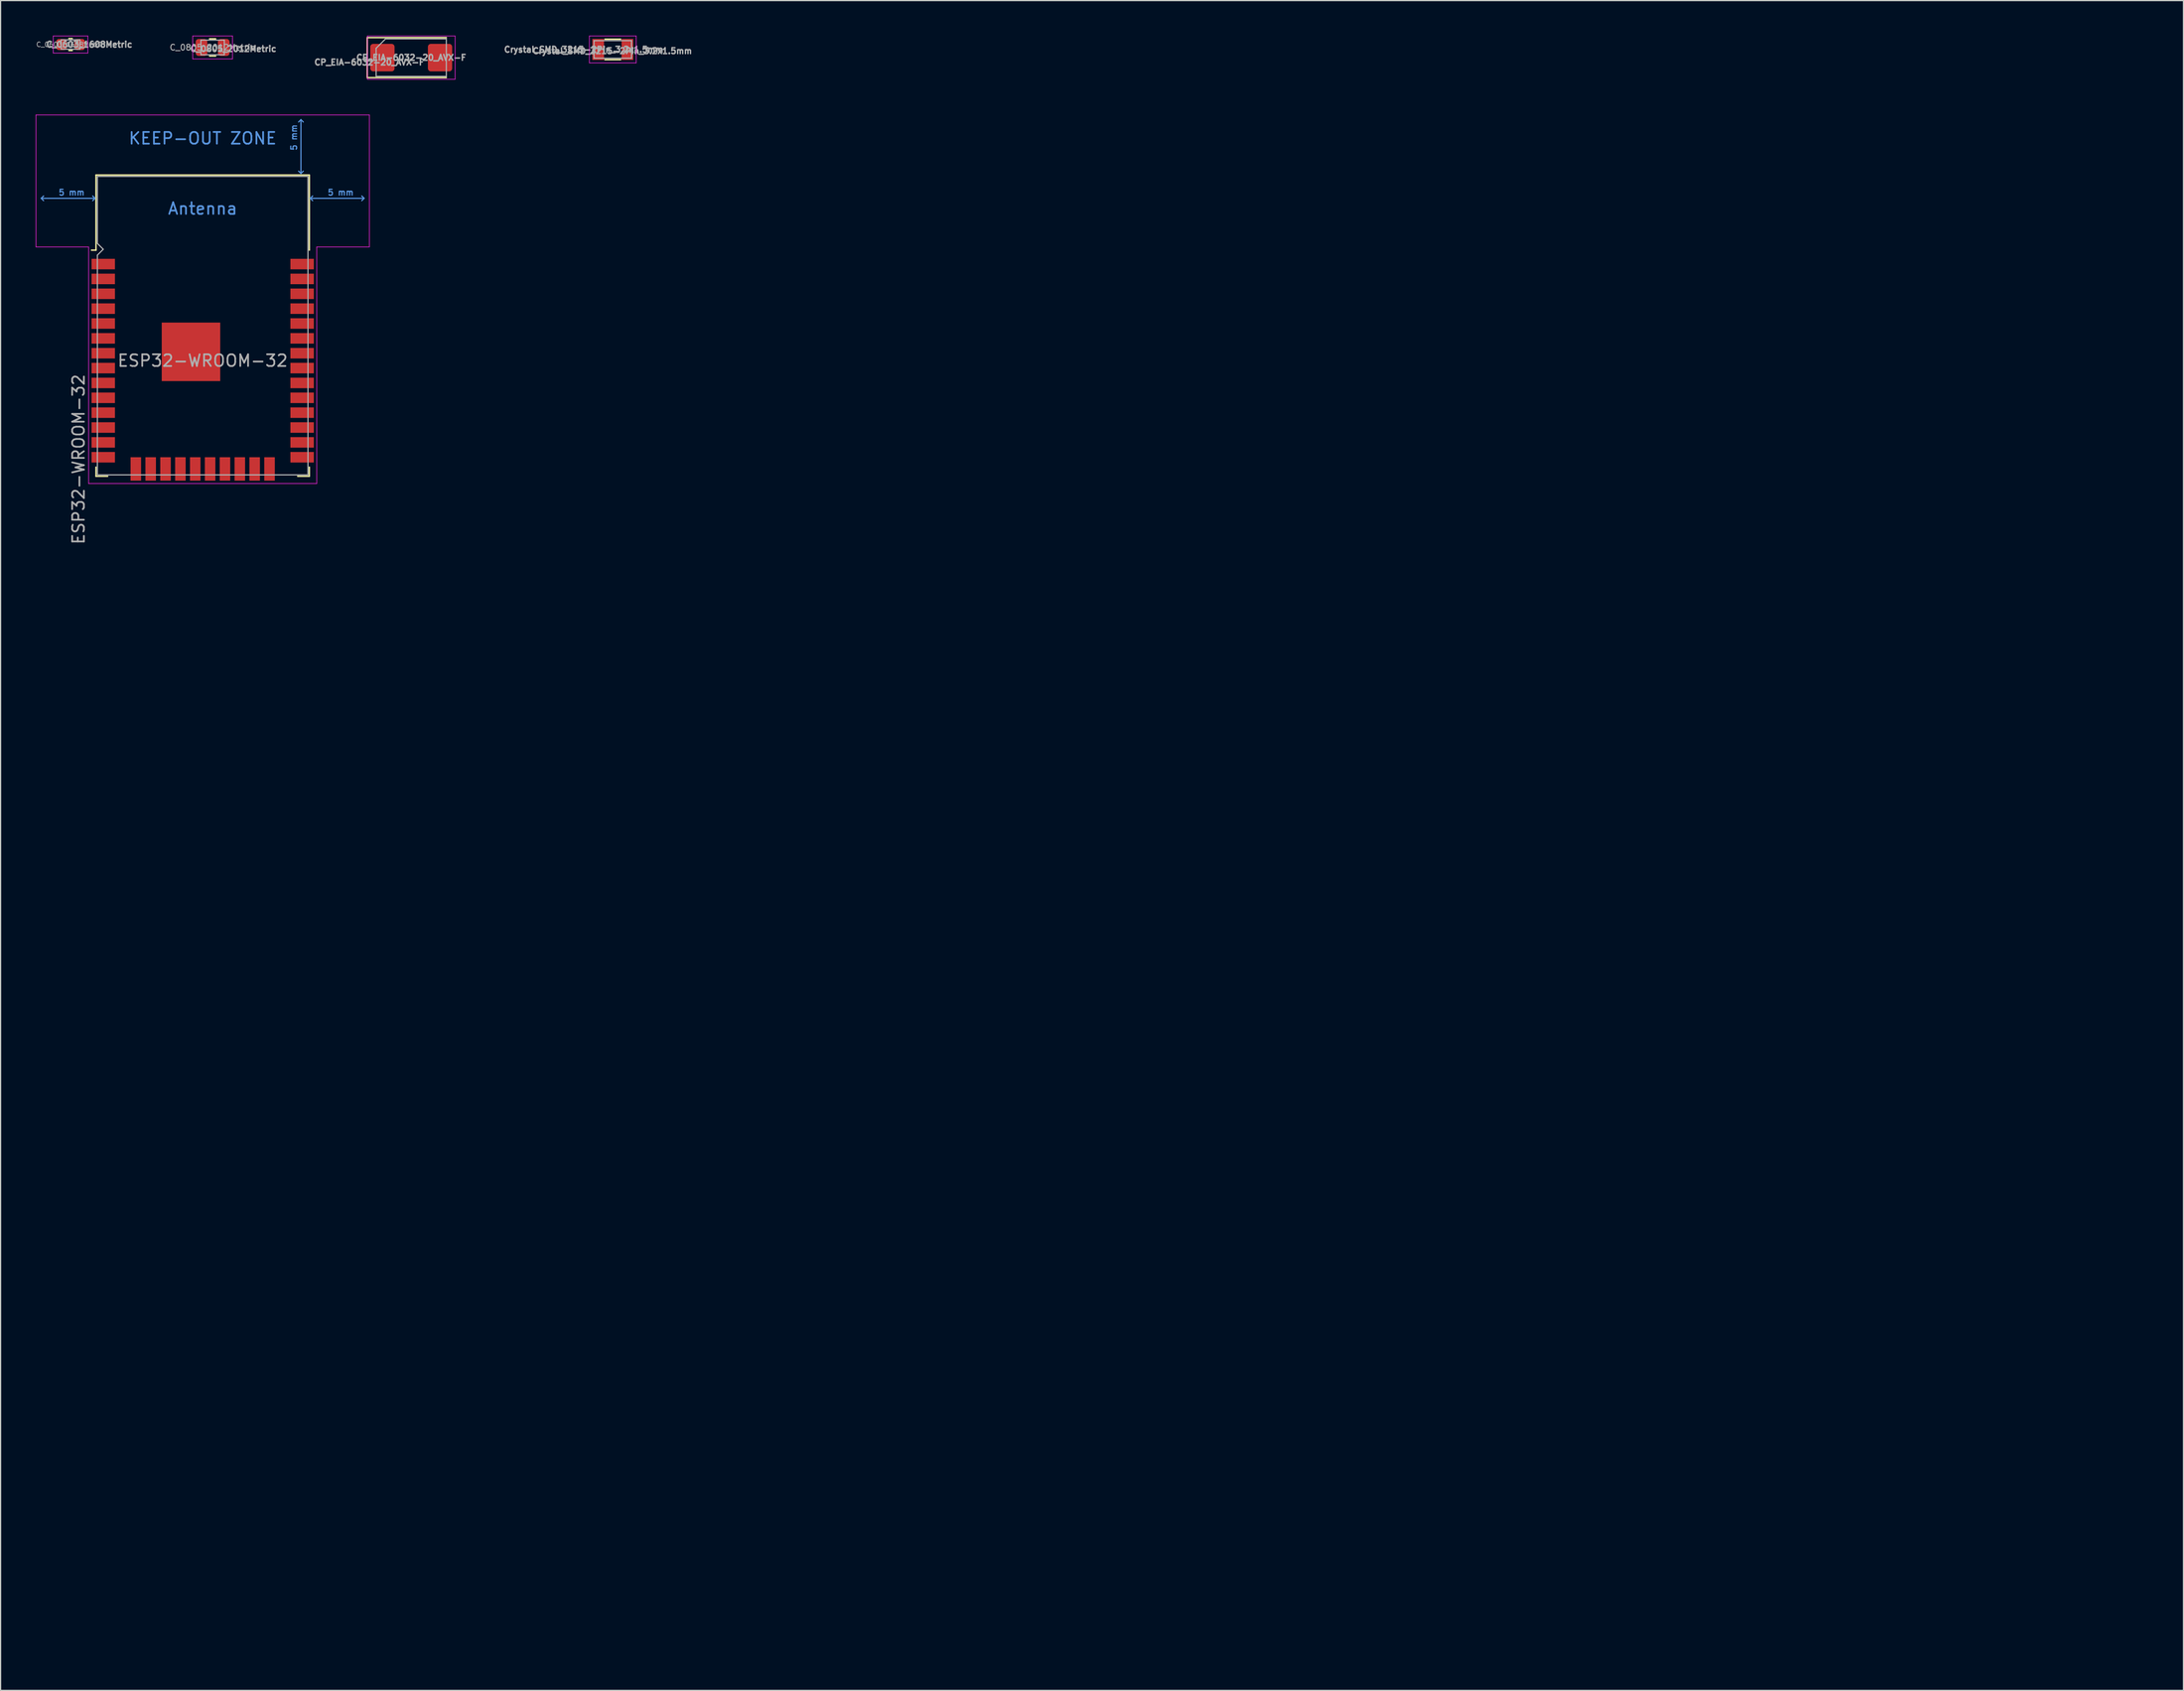
<source format=kicad_pcb>
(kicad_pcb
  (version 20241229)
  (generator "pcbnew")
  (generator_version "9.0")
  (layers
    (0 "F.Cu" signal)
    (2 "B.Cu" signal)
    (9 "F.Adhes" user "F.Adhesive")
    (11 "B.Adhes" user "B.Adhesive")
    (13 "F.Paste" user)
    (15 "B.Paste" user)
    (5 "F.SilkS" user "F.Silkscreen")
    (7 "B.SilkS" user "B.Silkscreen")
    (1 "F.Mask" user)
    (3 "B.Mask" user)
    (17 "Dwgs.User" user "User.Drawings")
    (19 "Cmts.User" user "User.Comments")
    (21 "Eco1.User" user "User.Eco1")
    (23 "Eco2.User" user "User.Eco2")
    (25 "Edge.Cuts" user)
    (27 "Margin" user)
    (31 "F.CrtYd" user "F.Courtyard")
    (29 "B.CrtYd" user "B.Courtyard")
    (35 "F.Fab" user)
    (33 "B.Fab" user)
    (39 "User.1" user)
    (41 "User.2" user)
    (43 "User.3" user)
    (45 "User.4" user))
  (footprint "CP_EIA-6032-20_AVX-F"
    (layer "F.Cu")
    (at 32.102 1.875)
    (property "Reference" "CP_EIA-6032-20_AVX-F" (at -3.587 0.4 180) (layer "F.Fab") (effects (font (size 0.5 0.5) (thickness 0.15))))
    (attr smd)
    (fp_line (start -3.76 -1.71) (end -3.76 1.71) (stroke (width 0.12) (type solid)) (layer "F.SilkS"))
    (fp_line (start -3.76 1.71) (end 3 1.71) (stroke (width 0.12) (type solid)) (layer "F.SilkS"))
    (fp_line (start 3 -1.71) (end -3.76 -1.71) (stroke (width 0.12) (type solid)) (layer "F.SilkS"))
    (fp_line (start -3.75 -1.85) (end 3.75 -1.85) (stroke (width 0.05) (type solid)) (layer "F.CrtYd"))
    (fp_line (start -3.75 1.85) (end -3.75 -1.85) (stroke (width 0.05) (type solid)) (layer "F.CrtYd"))
    (fp_line (start 3.75 -1.85) (end 3.75 1.85) (stroke (width 0.05) (type solid)) (layer "F.CrtYd"))
    (fp_line (start 3.75 1.85) (end -3.75 1.85) (stroke (width 0.05) (type solid)) (layer "F.CrtYd"))
    (fp_line (start -3 -0.8) (end -3 1.6) (stroke (width 0.1) (type solid)) (layer "F.Fab"))
    (fp_line (start -3 1.6) (end 3 1.6) (stroke (width 0.1) (type solid)) (layer "F.Fab"))
    (fp_line (start -2.2 -1.6) (end -3 -0.8) (stroke (width 0.1) (type solid)) (layer "F.Fab"))
    (fp_line (start 3 -1.6) (end -2.2 -1.6) (stroke (width 0.1) (type solid)) (layer "F.Fab"))
    (fp_line (start 3 1.6) (end 3 -1.6) (stroke (width 0.1) (type solid)) (layer "F.Fab"))
    (fp_text user "${REFERENCE}" (at 0 0 180) (layer "F.Fab") (effects (font (size 0.5 0.5) (thickness 0.15))))
    (pad "1" smd roundrect (at -2.462 0) (size 2.075 2.35) (layers "F.Cu" "F.Mask" "F.Paste") (roundrect_rratio 0.12))
    (pad "2" smd roundrect (at 2.462 0) (size 2.075 2.35) (layers "F.Cu" "F.Mask" "F.Paste") (roundrect_rratio 0.12)))
  (footprint "Crystal_SMD_3215-2Pin_3.2x1.5mm"
    (layer "F.Cu")
    (at 49.333 1.175)
    (property "Reference" "Crystal_SMD_3215-2Pin_3.2x1.5mm" (at -2.48 0.01 180) (layer "F.Fab") (effects (font (size 0.5 0.5) (thickness 0.15))))
    (attr smd)
    (fp_line (start -0.675 -0.875) (end 0.675 -0.875) (stroke (width 0.12) (type solid)) (layer "F.SilkS"))
    (fp_line (start -0.675 0.875) (end 0.675 0.875) (stroke (width 0.12) (type solid)) (layer "F.SilkS"))
    (fp_line (start -2 -1.15) (end -2 1.15) (stroke (width 0.05) (type solid)) (layer "F.CrtYd"))
    (fp_line (start -2 -1.15) (end 2 -1.15) (stroke (width 0.05) (type solid)) (layer "F.CrtYd"))
    (fp_line (start -2 1.15) (end 2 1.15) (stroke (width 0.05) (type solid)) (layer "F.CrtYd"))
    (fp_line (start 2 -1.15) (end 2 1.15) (stroke (width 0.05) (type solid)) (layer "F.CrtYd"))
    (fp_line (start -1.6 -0.75) (end -1.6 0.75) (stroke (width 0.1) (type solid)) (layer "F.Fab"))
    (fp_line (start -1.6 -0.75) (end 1.6 -0.75) (stroke (width 0.1) (type solid)) (layer "F.Fab"))
    (fp_line (start -1.6 0.75) (end 1.6 0.75) (stroke (width 0.1) (type solid)) (layer "F.Fab"))
    (fp_line (start 1.6 -0.75) (end 1.6 0.75) (stroke (width 0.1) (type solid)) (layer "F.Fab"))
    (fp_text user "${REFERENCE}" (at -0.04 0.13 180) (layer "F.Fab") (effects (font (size 0.5 0.5) (thickness 0.15))))
    (pad "1" smd rect (at 1.25 0) (size 1 1.8) (layers "F.Cu" "F.Mask" "F.Paste"))
    (pad "2" smd rect (at -1.25 0) (size 1 1.8) (layers "F.Cu" "F.Mask" "F.Paste")))
  (footprint "C_0805_2012Metric"
    (layer "F.Cu")
    (at 15.124 1.005)
    (property "Reference" "C_0805_2012Metric" (at 1.77 0.12 0) (layer "F.Fab") (effects (font (size 0.5 0.5) (thickness 0.15))))
    (attr smd)
    (fp_line (start -0.261 -0.735) (end 0.261 -0.735) (stroke (width 0.12) (type solid)) (layer "F.SilkS"))
    (fp_line (start -0.261 0.735) (end 0.261 0.735) (stroke (width 0.12) (type solid)) (layer "F.SilkS"))
    (fp_line (start -1.7 -0.98) (end 1.7 -0.98) (stroke (width 0.05) (type solid)) (layer "F.CrtYd"))
    (fp_line (start -1.7 0.98) (end -1.7 -0.98) (stroke (width 0.05) (type solid)) (layer "F.CrtYd"))
    (fp_line (start 1.7 -0.98) (end 1.7 0.98) (stroke (width 0.05) (type solid)) (layer "F.CrtYd"))
    (fp_line (start 1.7 0.98) (end -1.7 0.98) (stroke (width 0.05) (type solid)) (layer "F.CrtYd"))
    (fp_line (start -1 -0.625) (end 1 -0.625) (stroke (width 0.1) (type solid)) (layer "F.Fab"))
    (fp_line (start -1 0.625) (end -1 -0.625) (stroke (width 0.1) (type solid)) (layer "F.Fab"))
    (fp_line (start 1 -0.625) (end 1 0.625) (stroke (width 0.1) (type solid)) (layer "F.Fab"))
    (fp_line (start 1 0.625) (end -1 0.625) (stroke (width 0.1) (type solid)) (layer "F.Fab"))
    (fp_text user "${REFERENCE}" (at 0 0 0) (layer "F.Fab") (effects (font (size 0.5 0.5) (thickness 0.08))))
    (pad "1" smd roundrect (at -0.95 0) (size 1 1.45) (layers "F.Cu" "F.Mask" "F.Paste") (roundrect_rratio 0.25))
    (pad "2" smd roundrect (at 0.95 0) (size 1 1.45) (layers "F.Cu" "F.Mask" "F.Paste") (roundrect_rratio 0.25)))
  (footprint "ESP32-WROOM-32"
    (layer "F.Cu")
    (at 14.275 27.775)
    (property "Reference" "ESP32-WROOM-32" (at -10.61 8.43 90) (layer "F.Fab") (effects (font (size 1 1) (thickness 0.15))))
    (attr smd)
    (fp_line (start -9.12 -15.865) (end -9.12 -9.445) (stroke (width 0.12) (type solid)) (layer "F.SilkS"))
    (fp_line (start -9.12 -15.865) (end 9.12 -15.865) (stroke (width 0.12) (type solid)) (layer "F.SilkS"))
    (fp_line (start -9.12 -9.445) (end -9.5 -9.445) (stroke (width 0.12) (type solid)) (layer "F.SilkS"))
    (fp_line (start -9.12 9.1) (end -9.12 9.88) (stroke (width 0.12) (type solid)) (layer "F.SilkS"))
    (fp_line (start -9.12 9.88) (end -8.12 9.88) (stroke (width 0.12) (type solid)) (layer "F.SilkS"))
    (fp_line (start 9.12 -15.865) (end 9.12 -9.445) (stroke (width 0.12) (type solid)) (layer "F.SilkS"))
    (fp_line (start 9.12 9.1) (end 9.12 9.88) (stroke (width 0.12) (type solid)) (layer "F.SilkS"))
    (fp_line (start 9.12 9.88) (end 8.12 9.88) (stroke (width 0.12) (type solid)) (layer "F.SilkS"))
    (fp_line (start -13.8 -13.875) (end -13.6 -14.075) (stroke (width 0.1) (type solid)) (layer "Cmts.User"))
    (fp_line (start -13.8 -13.875) (end -13.6 -13.675) (stroke (width 0.1) (type solid)) (layer "Cmts.User"))
    (fp_line (start -13.8 -13.875) (end -9.2 -13.875) (stroke (width 0.1) (type solid)) (layer "Cmts.User"))
    (fp_line (start -9.2 -13.875) (end -9.4 -14.075) (stroke (width 0.1) (type solid)) (layer "Cmts.User"))
    (fp_line (start -9.2 -13.875) (end -9.4 -13.675) (stroke (width 0.1) (type solid)) (layer "Cmts.User"))
    (fp_line (start 8.4 -20.6) (end 8.2 -20.4) (stroke (width 0.1) (type solid)) (layer "Cmts.User"))
    (fp_line (start 8.4 -20.6) (end 8.6 -20.4) (stroke (width 0.1) (type solid)) (layer "Cmts.User"))
    (fp_line (start 8.4 -16) (end 8.2 -16.2) (stroke (width 0.1) (type solid)) (layer "Cmts.User"))
    (fp_line (start 8.4 -16) (end 8.4 -20.6) (stroke (width 0.1) (type solid)) (layer "Cmts.User"))
    (fp_line (start 8.4 -16) (end 8.6 -16.2) (stroke (width 0.1) (type solid)) (layer "Cmts.User"))
    (fp_line (start 9.2 -13.875) (end 9.4 -14.075) (stroke (width 0.1) (type solid)) (layer "Cmts.User"))
    (fp_line (start 9.2 -13.875) (end 9.4 -13.675) (stroke (width 0.1) (type solid)) (layer "Cmts.User"))
    (fp_line (start 9.2 -13.875) (end 13.8 -13.875) (stroke (width 0.1) (type solid)) (layer "Cmts.User"))
    (fp_line (start 13.8 -13.875) (end 13.6 -14.075) (stroke (width 0.1) (type solid)) (layer "Cmts.User"))
    (fp_line (start 13.8 -13.875) (end 13.6 -13.675) (stroke (width 0.1) (type solid)) (layer "Cmts.User"))
    (fp_line (start -14.25 -21) (end -14.25 -9.72) (stroke (width 0.05) (type solid)) (layer "F.CrtYd"))
    (fp_line (start -14.25 -21) (end 14.25 -21) (stroke (width 0.05) (type solid)) (layer "F.CrtYd"))
    (fp_line (start -14.25 -9.72) (end -9.75 -9.72) (stroke (width 0.05) (type solid)) (layer "F.CrtYd"))
    (fp_line (start -9.75 10.5) (end -9.75 -9.72) (stroke (width 0.05) (type solid)) (layer "F.CrtYd"))
    (fp_line (start -9.75 10.5) (end 9.75 10.5) (stroke (width 0.05) (type solid)) (layer "F.CrtYd"))
    (fp_line (start 9.75 -9.72) (end 9.75 10.5) (stroke (width 0.05) (type solid)) (layer "F.CrtYd"))
    (fp_line (start 9.75 -9.72) (end 14.25 -9.72) (stroke (width 0.05) (type solid)) (layer "F.CrtYd"))
    (fp_line (start 14.25 -21) (end 14.25 -9.72) (stroke (width 0.05) (type solid)) (layer "F.CrtYd"))
    (fp_line (start -9 -15.745) (end -9 -10.02) (stroke (width 0.1) (type solid)) (layer "F.Fab"))
    (fp_line (start -9 -15.745) (end 9 -15.745) (stroke (width 0.1) (type solid)) (layer "F.Fab"))
    (fp_line (start -9 -9.02) (end -9 9.76) (stroke (width 0.1) (type solid)) (layer "F.Fab"))
    (fp_line (start -9 -9.02) (end -8.5 -9.52) (stroke (width 0.1) (type solid)) (layer "F.Fab"))
    (fp_line (start -9 9.76) (end 9 9.76) (stroke (width 0.1) (type solid)) (layer "F.Fab"))
    (fp_line (start -8.5 -9.52) (end -9 -10.02) (stroke (width 0.1) (type solid)) (layer "F.Fab"))
    (fp_line (start 9 9.76) (end 9 -15.745) (stroke (width 0.1) (type solid)) (layer "F.Fab"))
    (fp_text user "5 mm" (at 7.8 -19.075 90) (layer "Cmts.User") (effects (font (size 0.5 0.5) (thickness 0.1))))
    (fp_text user "KEEP-OUT ZONE" (at 0 -19 0) (layer "Cmts.User") (effects (font (size 1 1) (thickness 0.15))))
    (fp_text user "Antenna" (at 0 -13 0) (layer "Cmts.User") (effects (font (size 1 1) (thickness 0.15))))
    (fp_text user "5 mm" (at -11.2 -14.375 0) (layer "Cmts.User") (effects (font (size 0.5 0.5) (thickness 0.1))))
    (fp_text user "5 mm" (at 11.8 -14.375 0) (layer "Cmts.User") (effects (font (size 0.5 0.5) (thickness 0.1))))
    (fp_text user "${REFERENCE}" (at 0 0 0) (layer "F.Fab") (effects (font (size 1 1) (thickness 0.15))))
    (pad "1" smd rect (at -8.5 -8.255 180) (size 2 0.9) (layers "F.Cu" "F.Mask" "F.Paste"))
    (pad "2" smd rect (at -8.5 -6.985 180) (size 2 0.9) (layers "F.Cu" "F.Mask" "F.Paste"))
    (pad "3" smd rect (at -8.5 -5.715 180) (size 2 0.9) (layers "F.Cu" "F.Mask" "F.Paste"))
    (pad "4" smd rect (at -8.5 -4.445 180) (size 2 0.9) (layers "F.Cu" "F.Mask" "F.Paste"))
    (pad "5" smd rect (at -8.5 -3.175 180) (size 2 0.9) (layers "F.Cu" "F.Mask" "F.Paste"))
    (pad "6" smd rect (at -8.5 -1.905 180) (size 2 0.9) (layers "F.Cu" "F.Mask" "F.Paste"))
    (pad "7" smd rect (at -8.5 -0.635 180) (size 2 0.9) (layers "F.Cu" "F.Mask" "F.Paste"))
    (pad "8" smd rect (at -8.5 0.635 180) (size 2 0.9) (layers "F.Cu" "F.Mask" "F.Paste"))
    (pad "9" smd rect (at -8.5 1.905 180) (size 2 0.9) (layers "F.Cu" "F.Mask" "F.Paste"))
    (pad "10" smd rect (at -8.5 3.175 180) (size 2 0.9) (layers "F.Cu" "F.Mask" "F.Paste"))
    (pad "11" smd rect (at -8.5 4.445 180) (size 2 0.9) (layers "F.Cu" "F.Mask" "F.Paste"))
    (pad "12" smd rect (at -8.5 5.715 180) (size 2 0.9) (layers "F.Cu" "F.Mask" "F.Paste"))
    (pad "13" smd rect (at -8.5 6.985 180) (size 2 0.9) (layers "F.Cu" "F.Mask" "F.Paste"))
    (pad "14" smd rect (at -8.5 8.255 180) (size 2 0.9) (layers "F.Cu" "F.Mask" "F.Paste"))
    (pad "15" smd rect (at -5.715 9.255 270) (size 2 0.9) (layers "F.Cu" "F.Mask" "F.Paste"))
    (pad "16" smd rect (at -4.445 9.255 270) (size 2 0.9) (layers "F.Cu" "F.Mask" "F.Paste"))
    (pad "17" smd rect (at -3.175 9.255 270) (size 2 0.9) (layers "F.Cu" "F.Mask" "F.Paste"))
    (pad "18" smd rect (at -1.905 9.255 270) (size 2 0.9) (layers "F.Cu" "F.Mask" "F.Paste"))
    (pad "19" smd rect (at -0.635 9.255 270) (size 2 0.9) (layers "F.Cu" "F.Mask" "F.Paste"))
    (pad "20" smd rect (at 0.635 9.255 270) (size 2 0.9) (layers "F.Cu" "F.Mask" "F.Paste"))
    (pad "21" smd rect (at 1.905 9.255 270) (size 2 0.9) (layers "F.Cu" "F.Mask" "F.Paste"))
    (pad "22" smd rect (at 3.175 9.255 270) (size 2 0.9) (layers "F.Cu" "F.Mask" "F.Paste"))
    (pad "23" smd rect (at 4.445 9.255 270) (size 2 0.9) (layers "F.Cu" "F.Mask" "F.Paste"))
    (pad "24" smd rect (at 5.715 9.255 270) (size 2 0.9) (layers "F.Cu" "F.Mask" "F.Paste"))
    (pad "25" smd rect (at 8.5 8.255 180) (size 2 0.9) (layers "F.Cu" "F.Mask" "F.Paste"))
    (pad "26" smd rect (at 8.5 6.985 180) (size 2 0.9) (layers "F.Cu" "F.Mask" "F.Paste"))
    (pad "27" smd rect (at 8.5 5.715 180) (size 2 0.9) (layers "F.Cu" "F.Mask" "F.Paste"))
    (pad "28" smd rect (at 8.5 4.445 180) (size 2 0.9) (layers "F.Cu" "F.Mask" "F.Paste"))
    (pad "29" smd rect (at 8.5 3.175 180) (size 2 0.9) (layers "F.Cu" "F.Mask" "F.Paste"))
    (pad "30" smd rect (at 8.5 1.905 180) (size 2 0.9) (layers "F.Cu" "F.Mask" "F.Paste"))
    (pad "31" smd rect (at 8.5 0.635 180) (size 2 0.9) (layers "F.Cu" "F.Mask" "F.Paste"))
    (pad "32" smd rect (at 8.5 -0.635 180) (size 2 0.9) (layers "F.Cu" "F.Mask" "F.Paste"))
    (pad "33" smd rect (at 8.5 -1.905 180) (size 2 0.9) (layers "F.Cu" "F.Mask" "F.Paste"))
    (pad "34" smd rect (at 8.5 -3.175 180) (size 2 0.9) (layers "F.Cu" "F.Mask" "F.Paste"))
    (pad "35" smd rect (at 8.5 -4.445 180) (size 2 0.9) (layers "F.Cu" "F.Mask" "F.Paste"))
    (pad "36" smd rect (at 8.5 -5.715 180) (size 2 0.9) (layers "F.Cu" "F.Mask" "F.Paste"))
    (pad "37" smd rect (at 8.5 -6.985 180) (size 2 0.9) (layers "F.Cu" "F.Mask" "F.Paste"))
    (pad "38" smd rect (at 8.5 -8.255 180) (size 2 0.9) (layers "F.Cu" "F.Mask" "F.Paste"))
    (pad "39" smd rect (at -1 -0.755 180) (size 5 5) (layers "F.Cu" "F.Mask" "F.Paste"))
    (zone (net_name "") (layers "F.Cu" "B.Cu") (hatch full 0.508) (connect_pads) (min_thickness 0.254) (filled_areas_thickness no) (keepout (tracks not_allowed) (vias not_allowed) (pads not_allowed) (copperpour not_allowed) (footprints not_allowed)) (placement (enabled no)) (fill) (polygon (pts (xy 180.595 127.645) (xy 152.595 127.645) (xy 152.595 138.425) (xy 180.595 138.425)))))
  (footprint "C_0603_1608Metric"
    (layer "F.Cu")
    (at 2.983 0.755)
    (property "Reference" "C_0603_1608Metric" (at 1.6 0 0) (layer "F.Fab") (effects (font (size 0.5 0.5) (thickness 0.15))))
    (attr smd)
    (fp_line (start -0.141 -0.51) (end 0.141 -0.51) (stroke (width 0.12) (type solid)) (layer "F.SilkS"))
    (fp_line (start -0.141 0.51) (end 0.141 0.51) (stroke (width 0.12) (type solid)) (layer "F.SilkS"))
    (fp_line (start -1.48 -0.73) (end 1.48 -0.73) (stroke (width 0.05) (type solid)) (layer "F.CrtYd"))
    (fp_line (start -1.48 0.73) (end -1.48 -0.73) (stroke (width 0.05) (type solid)) (layer "F.CrtYd"))
    (fp_line (start 1.48 -0.73) (end 1.48 0.73) (stroke (width 0.05) (type solid)) (layer "F.CrtYd"))
    (fp_line (start 1.48 0.73) (end -1.48 0.73) (stroke (width 0.05) (type solid)) (layer "F.CrtYd"))
    (fp_line (start -0.8 -0.4) (end 0.8 -0.4) (stroke (width 0.1) (type solid)) (layer "F.Fab"))
    (fp_line (start -0.8 0.4) (end -0.8 -0.4) (stroke (width 0.1) (type solid)) (layer "F.Fab"))
    (fp_line (start 0.8 -0.4) (end 0.8 0.4) (stroke (width 0.1) (type solid)) (layer "F.Fab"))
    (fp_line (start 0.8 0.4) (end -0.8 0.4) (stroke (width 0.1) (type solid)) (layer "F.Fab"))
    (fp_text user "${REFERENCE}" (at 0 0 0) (layer "F.Fab") (effects (font (size 0.4 0.4) (thickness 0.06))))
    (pad "1" smd roundrect (at -0.775 0) (size 0.9 0.95) (layers "F.Cu" "F.Mask" "F.Paste") (roundrect_rratio 0.25))
    (pad "2" smd roundrect (at 0.775 0) (size 0.9 0.95) (layers "F.Cu" "F.Mask" "F.Paste") (roundrect_rratio 0.25)))
  (gr_rect
    (start -3 -3)
    (end 183.595 141.425)
    (stroke (width 0.1) (type default))
    (fill no)
    (layer "Edge.Cuts")))
</source>
